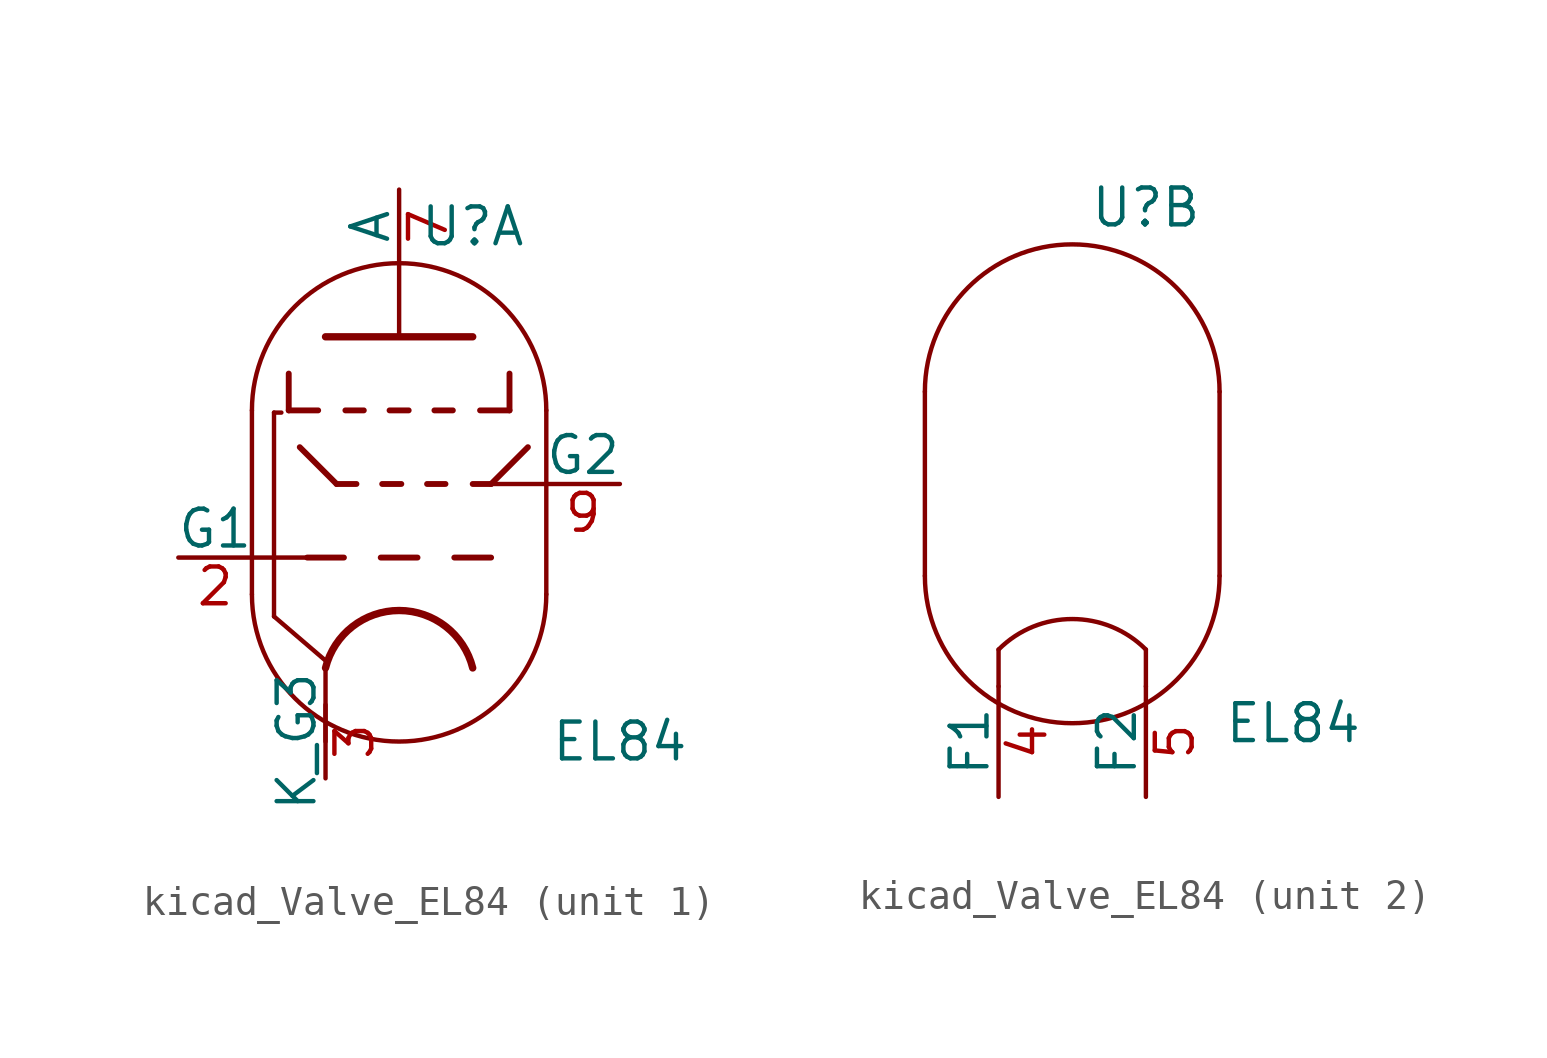
<source format=kicad_sym>
(kicad_symbol_lib
  (version 20220914)
  (generator kicad_symbol_editor)
  (symbol "kicad_Valve_EL84"
    (pin_names
      (offset 0))
    (property "Reference" "U"
      (at 2.54 10.16 0)
      (effects (font (size 1.27 1.27))))
    (property "Value" "EL84"
      (at 7.62 -7.62 0)
      (effects (font (size 1.27 1.27))))
    (property "ki_locked" ""
      (at 0 0 0)
      (effects (font (size 1.27 1.27))))
    (symbol "kicad_Valve_EL84_0_1"
      (arc (start -5.08 -2.54) (mid 0 -7.5979) (end 5.08 -2.54) (stroke (width 0) (type default)) (fill (type none)))
      (polyline (pts (xy -5.08 3.81) (xy -5.08 -2.54) (xy -5.08 -2.54)) (stroke (width 0) (type default)) (fill (type none)))
      (polyline (pts (xy 5.08 -2.54) (xy 5.08 3.81) (xy 5.08 3.81)) (stroke (width 0) (type default)) (fill (type none)))
      (arc (start 5.08 3.81) (mid 0 8.8679) (end -5.08 3.81) (stroke (width 0) (type default)) (fill (type none))))
    (symbol "kicad_Valve_EL84_1_0"
      (polyline (pts (xy -2.54 -5.08) (xy -2.54 -7.62)) (stroke (width 0) (type default)) (fill (type none))))
    (symbol "kicad_Valve_EL84_1_1"
      (polyline (pts (xy -5.08 -1.27) (xy -3.175 -1.27)) (stroke (width 0) (type default)) (fill (type none)))
      (polyline (pts (xy -4.318 -3.302) (xy -4.318 3.734)) (stroke (width 0) (type default)) (fill (type none)))
      (polyline (pts (xy -4.318 -3.302) (xy -2.54 -4.826)) (stroke (width 0) (type default)) (fill (type none)))
      (polyline (pts (xy -4.064 3.734) (xy -4.318 3.734)) (stroke (width 0) (type default)) (fill (type none)))
      (polyline (pts (xy -3.81 3.81) (xy -2.794 3.81)) (stroke (width 0.203) (type default)) (fill (type none)))
      (polyline (pts (xy -3.81 5.08) (xy -3.81 3.81)) (stroke (width 0.203) (type default)) (fill (type none)))
      (polyline (pts (xy -3.429 2.54) (xy -2.159 1.27)) (stroke (width 0.203) (type default)) (fill (type none)))
      (polyline (pts (xy -2.159 1.27) (xy -1.473 1.27)) (stroke (width 0.203) (type default)) (fill (type none)))
      (polyline (pts (xy -1.905 -1.27) (xy -3.175 -1.27)) (stroke (width 0.203) (type default)) (fill (type none)))
      (polyline (pts (xy -1.854 3.81) (xy -1.219 3.81)) (stroke (width 0.203) (type default)) (fill (type none)))
      (polyline (pts (xy -0.635 -1.27) (xy 0.635 -1.27)) (stroke (width 0.203) (type default)) (fill (type none)))
      (polyline (pts (xy -0.584 1.27) (xy 0.076 1.27)) (stroke (width 0.203) (type default)) (fill (type none)))
      (polyline (pts (xy -0.33 3.81) (xy 0.33 3.81)) (stroke (width 0.203) (type default)) (fill (type none)))
      (polyline (pts (xy 0 6.35) (xy 0 8.89)) (stroke (width 0) (type default)) (fill (type none)))
      (polyline (pts (xy 0.965 1.27) (xy 1.6 1.27)) (stroke (width 0.203) (type default)) (fill (type none)))
      (polyline (pts (xy 1.219 3.81) (xy 1.854 3.81)) (stroke (width 0.203) (type default)) (fill (type none)))
      (polyline (pts (xy 1.905 -1.27) (xy 3.175 -1.27)) (stroke (width 0.203) (type default)) (fill (type none)))
      (polyline (pts (xy 2.54 1.27) (xy 3.175 1.27)) (stroke (width 0.203) (type default)) (fill (type none)))
      (polyline (pts (xy 3.175 1.27) (xy 5.08 1.27)) (stroke (width 0) (type default)) (fill (type none)))
      (polyline (pts (xy 3.81 3.81) (xy 2.794 3.81)) (stroke (width 0.203) (type default)) (fill (type none)))
      (polyline (pts (xy 3.81 5.08) (xy 3.81 3.81)) (stroke (width 0.203) (type default)) (fill (type none)))
      (polyline (pts (xy 4.445 2.54) (xy 3.175 1.27)) (stroke (width 0.203) (type default)) (fill (type none)))
      (polyline (pts (xy -2.54 6.35) (xy 2.54 6.35) (xy 2.54 6.35)) (stroke (width 0.254) (type default)) (fill (type none)))
      (arc (start 2.54 -5.08) (mid 0 -3.0968) (end -2.54 -5.08) (stroke (width 0.254) (type default)) (fill (type none)))
      (pin input line (at -7.62 -1.27 0) (length 2.54) (name "G1" (effects (font (size 1.27 1.27)))) (number "2" (effects (font (size 1.27 1.27)))))
      (pin bidirectional line (at -2.54 -8.89 90) (length 2.54) (name "K_G3" (effects (font (size 1.27 1.27)))) (number "3" (effects (font (size 1.27 1.27)))))
      (pin output line (at 0 11.43 270) (length 2.54) (name "A" (effects (font (size 1.27 1.27)))) (number "7" (effects (font (size 1.27 1.27)))))
      (pin input line (at 7.62 1.27 180) (length 2.54) (name "G2" (effects (font (size 1.27 1.27)))) (number "9" (effects (font (size 1.27 1.27))))))
    (symbol "kicad_Valve_EL84_2_1"
      (polyline (pts (xy -2.54 -5.08) (xy -2.54 -6.35) (xy -2.54 -6.35)) (stroke (width 0) (type default)) (fill (type none)))
      (polyline (pts (xy 2.54 -6.35) (xy 2.54 -5.08) (xy 2.54 -5.08)) (stroke (width 0) (type default)) (fill (type none)))
      (arc (start 2.54 -5.08) (mid 0 -4.0279) (end -2.54 -5.08) (stroke (width 0) (type default)) (fill (type none)))
      (pin power_in line (at -2.54 -10.16 90) (length 3.81) (name "F1" (effects (font (size 1.27 1.27)))) (number "4" (effects (font (size 1.27 1.27)))))
      (pin power_in line (at 2.54 -10.16 90) (length 3.81) (name "F2" (effects (font (size 1.27 1.27)))) (number "5" (effects (font (size 1.27 1.27))))))))
</source>
